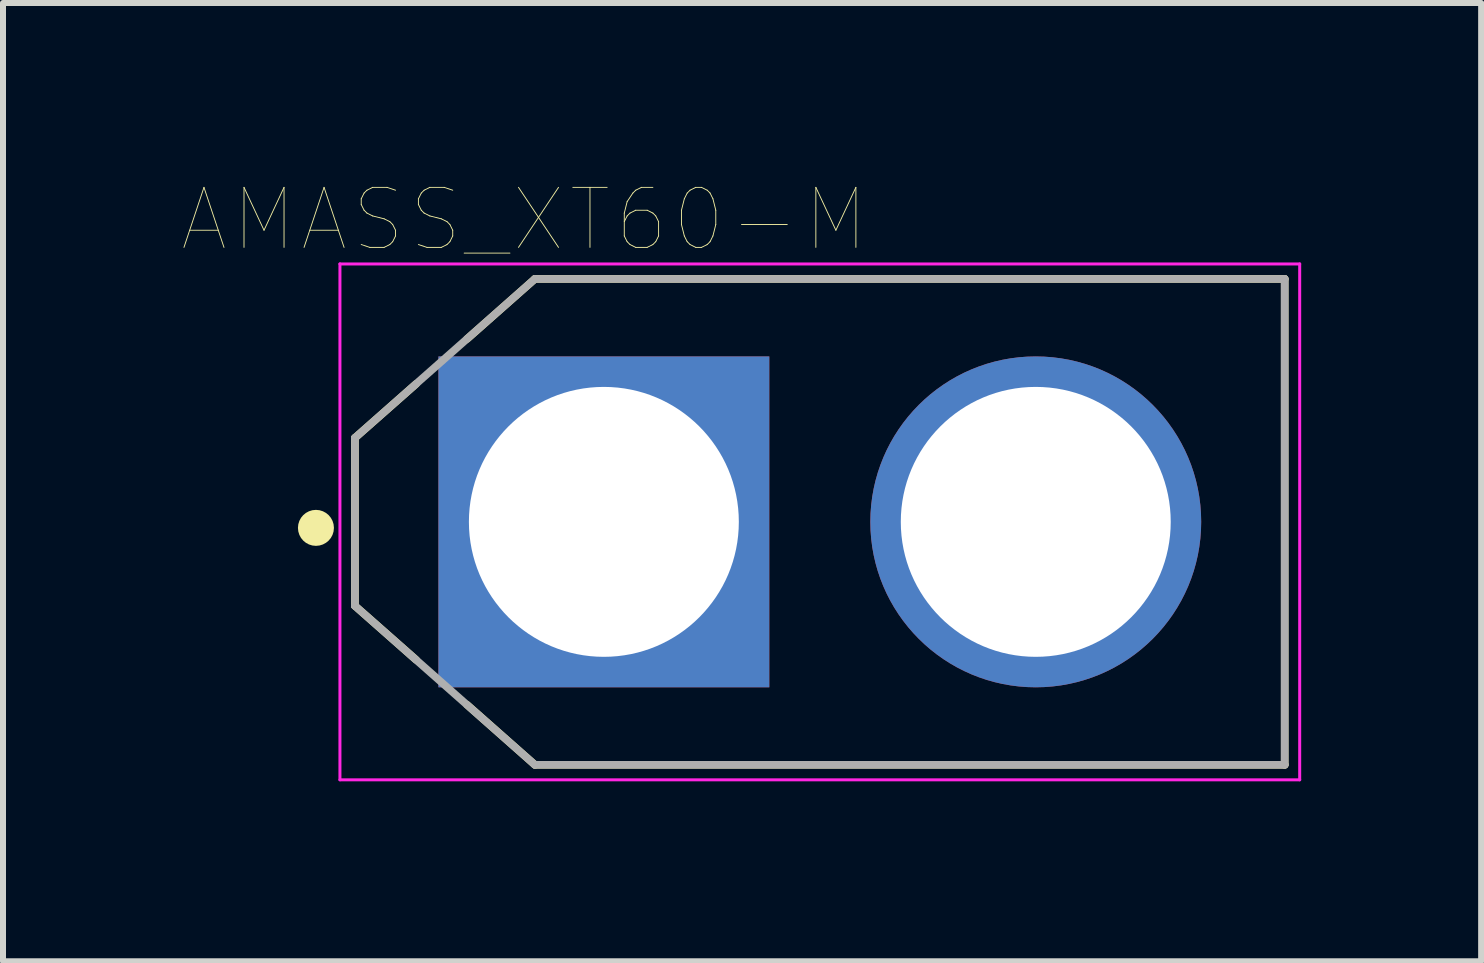
<source format=kicad_pcb>
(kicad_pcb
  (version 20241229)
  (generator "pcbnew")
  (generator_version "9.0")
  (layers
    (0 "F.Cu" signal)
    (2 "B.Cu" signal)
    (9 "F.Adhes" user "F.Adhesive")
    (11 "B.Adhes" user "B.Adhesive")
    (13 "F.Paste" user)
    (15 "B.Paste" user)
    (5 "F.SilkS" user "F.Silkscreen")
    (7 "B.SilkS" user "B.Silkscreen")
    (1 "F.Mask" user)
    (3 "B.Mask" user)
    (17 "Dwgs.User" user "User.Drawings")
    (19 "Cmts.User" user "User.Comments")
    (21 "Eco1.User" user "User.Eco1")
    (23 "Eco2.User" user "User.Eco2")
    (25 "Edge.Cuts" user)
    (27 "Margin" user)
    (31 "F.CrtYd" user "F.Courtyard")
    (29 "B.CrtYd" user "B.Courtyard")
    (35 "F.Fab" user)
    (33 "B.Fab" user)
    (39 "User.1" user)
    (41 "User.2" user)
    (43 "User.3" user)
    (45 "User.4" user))
  (footprint "AMASS_XT60-M"
    (layer "F.Cu")
    (at 10.617 5.65)
    (property "Reference" "AMASS_XT60-M" (at -4.928 -5.038 0) (layer "F.SilkS") (effects (font (size 1.001 1.001) (thickness 0.015))))
    (attr through_hole)
    (fp_line (start -7.75 -1.4) (end -6.73 -2.3) (stroke (width 0.127) (type solid)) (layer "F.SilkS"))
    (fp_line (start -7.75 1.4) (end -7.75 -1.4) (stroke (width 0.127) (type solid)) (layer "F.SilkS"))
    (fp_line (start -7.75 1.4) (end -6.73 2.3) (stroke (width 0.127) (type solid)) (layer "F.SilkS"))
    (fp_line (start -4.75 -4.05) (end -5.88 -3.05) (stroke (width 0.127) (type solid)) (layer "F.SilkS"))
    (fp_line (start -4.75 -4.05) (end 7.75 -4.05) (stroke (width 0.127) (type solid)) (layer "F.SilkS"))
    (fp_line (start -4.75 4.05) (end -5.88 3.05) (stroke (width 0.127) (type solid)) (layer "F.SilkS"))
    (fp_line (start 7.75 -4.05) (end 7.75 4.05) (stroke (width 0.127) (type solid)) (layer "F.SilkS"))
    (fp_line (start 7.75 4.05) (end -4.75 4.05) (stroke (width 0.127) (type solid)) (layer "F.SilkS"))
    (fp_circle (center -8.4 0.1) (end -8.25 0.1) (stroke (width 0.3) (type solid)) (fill no) (layer "F.SilkS"))
    (fp_line (start -8 -4.3) (end 8 -4.3) (stroke (width 0.05) (type solid)) (layer "F.CrtYd"))
    (fp_line (start -8 4.3) (end -8 -4.3) (stroke (width 0.05) (type solid)) (layer "F.CrtYd"))
    (fp_line (start 8 -4.3) (end 8 4.3) (stroke (width 0.05) (type solid)) (layer "F.CrtYd"))
    (fp_line (start 8 4.3) (end -8 4.3) (stroke (width 0.05) (type solid)) (layer "F.CrtYd"))
    (fp_line (start -7.75 1.4) (end -7.75 -1.4) (stroke (width 0.127) (type solid)) (layer "F.Fab"))
    (fp_line (start -4.75 -4.05) (end -7.75 -1.4) (stroke (width 0.127) (type solid)) (layer "F.Fab"))
    (fp_line (start -4.75 -4.05) (end 7.75 -4.05) (stroke (width 0.127) (type solid)) (layer "F.Fab"))
    (fp_line (start -4.75 4.05) (end -7.75 1.4) (stroke (width 0.127) (type solid)) (layer "F.Fab"))
    (fp_line (start 7.75 -4.05) (end 7.75 4.05) (stroke (width 0.127) (type solid)) (layer "F.Fab"))
    (fp_line (start 7.75 4.05) (end -4.75 4.05) (stroke (width 0.127) (type solid)) (layer "F.Fab"))
    (pad "1" thru_hole rect (at -3.6 0) (size 5.516 5.516) (drill 4.5) (layers "*.Cu" "*.Mask"))
    (pad "2" thru_hole circle (at 3.6 0) (size 5.516 5.516) (drill 4.5) (layers "*.Cu" "*.Mask")))
  (gr_rect
    (start -3 -3)
    (end 21.642 12.975)
    (stroke (width 0.1) (type default))
    (fill no)
    (layer "Edge.Cuts")))
</source>
